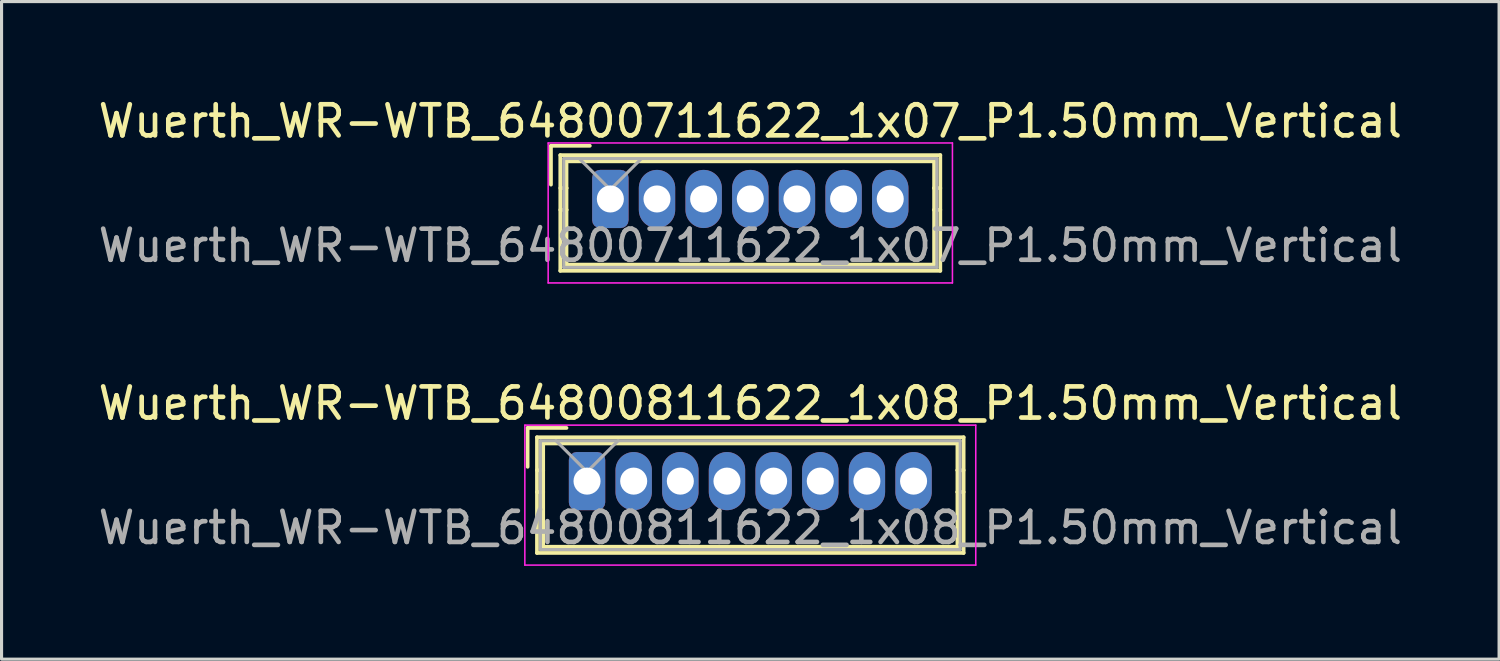
<source format=kicad_pcb>
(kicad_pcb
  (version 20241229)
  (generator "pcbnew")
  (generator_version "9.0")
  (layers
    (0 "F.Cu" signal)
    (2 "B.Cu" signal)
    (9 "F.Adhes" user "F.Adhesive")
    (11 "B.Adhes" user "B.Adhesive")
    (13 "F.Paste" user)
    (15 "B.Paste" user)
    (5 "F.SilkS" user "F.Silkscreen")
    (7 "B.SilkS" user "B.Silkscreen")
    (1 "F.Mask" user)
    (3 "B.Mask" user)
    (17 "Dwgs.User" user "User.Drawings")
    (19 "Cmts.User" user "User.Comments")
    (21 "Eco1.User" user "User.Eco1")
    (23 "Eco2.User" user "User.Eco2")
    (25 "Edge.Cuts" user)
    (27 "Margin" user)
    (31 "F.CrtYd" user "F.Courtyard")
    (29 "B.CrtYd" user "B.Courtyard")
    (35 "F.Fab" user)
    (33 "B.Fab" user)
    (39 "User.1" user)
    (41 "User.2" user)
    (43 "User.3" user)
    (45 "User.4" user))
  (footprint "Wuerth_WR-WTB_64800811622_1x08_P1.50mm_Vertical"
    (layer "F.Cu")
    (at 15.827 12.421)
    (property "Reference" "Wuerth_WR-WTB_64800811622_1x08_P1.50mm_Vertical" (at 5.25 -2.5 0) (layer "F.SilkS") (effects (font (size 1 1) (thickness 0.15))))
    (attr through_hole)
    (fp_line (start -1.91 -1.71) (end -1.91 -0.46) (stroke (width 0.12) (type solid)) (layer "F.SilkS"))
    (fp_line (start -1.61 -1.41) (end -1.61 2.31) (stroke (width 0.12) (type solid)) (layer "F.SilkS"))
    (fp_line (start -1.61 -0.35) (end -1.41 -0.35) (stroke (width 0.12) (type solid)) (layer "F.SilkS"))
    (fp_line (start -1.61 2.31) (end 12.11 2.31) (stroke (width 0.12) (type solid)) (layer "F.SilkS"))
    (fp_line (start -1.41 -1.21) (end 11.91 -1.21) (stroke (width 0.12) (type solid)) (layer "F.SilkS"))
    (fp_line (start -1.41 -0.35) (end -1.41 -1.21) (stroke (width 0.12) (type solid)) (layer "F.SilkS"))
    (fp_line (start -1.41 -0.35) (end -1.41 0.35) (stroke (width 0.12) (type solid)) (layer "F.SilkS"))
    (fp_line (start -1.41 0.35) (end -1.61 0.35) (stroke (width 0.12) (type solid)) (layer "F.SilkS"))
    (fp_line (start -1.41 0.35) (end -1.41 2.11) (stroke (width 0.12) (type solid)) (layer "F.SilkS"))
    (fp_line (start -1.41 2.11) (end 11.91 2.11) (stroke (width 0.12) (type solid)) (layer "F.SilkS"))
    (fp_line (start -0.66 -1.71) (end -1.91 -1.71) (stroke (width 0.12) (type solid)) (layer "F.SilkS"))
    (fp_line (start 11.91 -1.21) (end 11.91 -0.35) (stroke (width 0.12) (type solid)) (layer "F.SilkS"))
    (fp_line (start 11.91 -0.35) (end 11.91 0.35) (stroke (width 0.12) (type solid)) (layer "F.SilkS"))
    (fp_line (start 11.91 -0.35) (end 12.11 -0.35) (stroke (width 0.12) (type solid)) (layer "F.SilkS"))
    (fp_line (start 11.91 0.35) (end 12.11 0.35) (stroke (width 0.12) (type solid)) (layer "F.SilkS"))
    (fp_line (start 11.91 2.11) (end 11.91 0.35) (stroke (width 0.12) (type solid)) (layer "F.SilkS"))
    (fp_line (start 12.11 -1.41) (end -1.61 -1.41) (stroke (width 0.12) (type solid)) (layer "F.SilkS"))
    (fp_line (start 12.11 2.31) (end 12.11 -1.41) (stroke (width 0.12) (type solid)) (layer "F.SilkS"))
    (fp_line (start -2 -1.8) (end -2 2.7) (stroke (width 0.05) (type solid)) (layer "F.CrtYd"))
    (fp_line (start -2 2.7) (end 12.5 2.7) (stroke (width 0.05) (type solid)) (layer "F.CrtYd"))
    (fp_line (start 12.5 -1.8) (end -2 -1.8) (stroke (width 0.05) (type solid)) (layer "F.CrtYd"))
    (fp_line (start 12.5 2.7) (end 12.5 -1.8) (stroke (width 0.05) (type solid)) (layer "F.CrtYd"))
    (fp_line (start -1.5 -1.3) (end -1.5 2.2) (stroke (width 0.1) (type solid)) (layer "F.Fab"))
    (fp_line (start -1.5 2.2) (end 12 2.2) (stroke (width 0.1) (type solid)) (layer "F.Fab"))
    (fp_line (start -1 -1.3) (end 0 -0.3) (stroke (width 0.1) (type solid)) (layer "F.Fab"))
    (fp_line (start 0 -0.3) (end 1 -1.3) (stroke (width 0.1) (type solid)) (layer "F.Fab"))
    (fp_line (start 12 -1.3) (end -1.5 -1.3) (stroke (width 0.1) (type solid)) (layer "F.Fab"))
    (fp_line (start 12 2.2) (end 12 -1.3) (stroke (width 0.1) (type solid)) (layer "F.Fab"))
    (fp_text user "${REFERENCE}" (at 5.25 1.5 0) (layer "F.Fab") (effects (font (size 1 1) (thickness 0.15))))
    (pad "1" thru_hole roundrect (at 0 0) (size 1.17 1.87) (drill 0.87) (layers "*.Cu" "*.Mask") (roundrect_rratio 0.214))
    (pad "2" thru_hole oval (at 1.5 0) (size 1.17 1.87) (drill 0.87) (layers "*.Cu" "*.Mask"))
    (pad "3" thru_hole oval (at 3 0) (size 1.17 1.87) (drill 0.87) (layers "*.Cu" "*.Mask"))
    (pad "4" thru_hole oval (at 4.5 0) (size 1.17 1.87) (drill 0.87) (layers "*.Cu" "*.Mask"))
    (pad "5" thru_hole oval (at 6 0) (size 1.17 1.87) (drill 0.87) (layers "*.Cu" "*.Mask"))
    (pad "6" thru_hole oval (at 7.5 0) (size 1.17 1.87) (drill 0.87) (layers "*.Cu" "*.Mask"))
    (pad "7" thru_hole oval (at 9 0) (size 1.17 1.87) (drill 0.87) (layers "*.Cu" "*.Mask"))
    (pad "8" thru_hole oval (at 10.5 0) (size 1.17 1.87) (drill 0.87) (layers "*.Cu" "*.Mask")))
  (footprint "Wuerth_WR-WTB_64800711622_1x07_P1.50mm_Vertical"
    (layer "F.Cu")
    (at 16.577 3.348)
    (property "Reference" "Wuerth_WR-WTB_64800711622_1x07_P1.50mm_Vertical" (at 4.5 -2.5 0) (layer "F.SilkS") (effects (font (size 1 1) (thickness 0.15))))
    (attr through_hole)
    (fp_line (start -1.91 -1.71) (end -1.91 -0.46) (stroke (width 0.12) (type solid)) (layer "F.SilkS"))
    (fp_line (start -1.61 -1.41) (end -1.61 2.31) (stroke (width 0.12) (type solid)) (layer "F.SilkS"))
    (fp_line (start -1.61 -0.35) (end -1.41 -0.35) (stroke (width 0.12) (type solid)) (layer "F.SilkS"))
    (fp_line (start -1.61 2.31) (end 10.61 2.31) (stroke (width 0.12) (type solid)) (layer "F.SilkS"))
    (fp_line (start -1.41 -1.21) (end 10.41 -1.21) (stroke (width 0.12) (type solid)) (layer "F.SilkS"))
    (fp_line (start -1.41 -0.35) (end -1.41 -1.21) (stroke (width 0.12) (type solid)) (layer "F.SilkS"))
    (fp_line (start -1.41 -0.35) (end -1.41 0.35) (stroke (width 0.12) (type solid)) (layer "F.SilkS"))
    (fp_line (start -1.41 0.35) (end -1.61 0.35) (stroke (width 0.12) (type solid)) (layer "F.SilkS"))
    (fp_line (start -1.41 0.35) (end -1.41 2.11) (stroke (width 0.12) (type solid)) (layer "F.SilkS"))
    (fp_line (start -1.41 2.11) (end 10.41 2.11) (stroke (width 0.12) (type solid)) (layer "F.SilkS"))
    (fp_line (start -0.66 -1.71) (end -1.91 -1.71) (stroke (width 0.12) (type solid)) (layer "F.SilkS"))
    (fp_line (start 10.41 -1.21) (end 10.41 -0.35) (stroke (width 0.12) (type solid)) (layer "F.SilkS"))
    (fp_line (start 10.41 -0.35) (end 10.41 0.35) (stroke (width 0.12) (type solid)) (layer "F.SilkS"))
    (fp_line (start 10.41 -0.35) (end 10.61 -0.35) (stroke (width 0.12) (type solid)) (layer "F.SilkS"))
    (fp_line (start 10.41 0.35) (end 10.61 0.35) (stroke (width 0.12) (type solid)) (layer "F.SilkS"))
    (fp_line (start 10.41 2.11) (end 10.41 0.35) (stroke (width 0.12) (type solid)) (layer "F.SilkS"))
    (fp_line (start 10.61 -1.41) (end -1.61 -1.41) (stroke (width 0.12) (type solid)) (layer "F.SilkS"))
    (fp_line (start 10.61 2.31) (end 10.61 -1.41) (stroke (width 0.12) (type solid)) (layer "F.SilkS"))
    (fp_line (start -2 -1.8) (end -2 2.7) (stroke (width 0.05) (type solid)) (layer "F.CrtYd"))
    (fp_line (start -2 2.7) (end 11 2.7) (stroke (width 0.05) (type solid)) (layer "F.CrtYd"))
    (fp_line (start 11 -1.8) (end -2 -1.8) (stroke (width 0.05) (type solid)) (layer "F.CrtYd"))
    (fp_line (start 11 2.7) (end 11 -1.8) (stroke (width 0.05) (type solid)) (layer "F.CrtYd"))
    (fp_line (start -1.5 -1.3) (end -1.5 2.2) (stroke (width 0.1) (type solid)) (layer "F.Fab"))
    (fp_line (start -1.5 2.2) (end 10.5 2.2) (stroke (width 0.1) (type solid)) (layer "F.Fab"))
    (fp_line (start -1 -1.3) (end 0 -0.3) (stroke (width 0.1) (type solid)) (layer "F.Fab"))
    (fp_line (start 0 -0.3) (end 1 -1.3) (stroke (width 0.1) (type solid)) (layer "F.Fab"))
    (fp_line (start 10.5 -1.3) (end -1.5 -1.3) (stroke (width 0.1) (type solid)) (layer "F.Fab"))
    (fp_line (start 10.5 2.2) (end 10.5 -1.3) (stroke (width 0.1) (type solid)) (layer "F.Fab"))
    (fp_text user "${REFERENCE}" (at 4.5 1.5 0) (layer "F.Fab") (effects (font (size 1 1) (thickness 0.15))))
    (pad "1" thru_hole roundrect (at 0 0) (size 1.17 1.87) (drill 0.87) (layers "*.Cu" "*.Mask") (roundrect_rratio 0.214))
    (pad "2" thru_hole oval (at 1.5 0) (size 1.17 1.87) (drill 0.87) (layers "*.Cu" "*.Mask"))
    (pad "3" thru_hole oval (at 3 0) (size 1.17 1.87) (drill 0.87) (layers "*.Cu" "*.Mask"))
    (pad "4" thru_hole oval (at 4.5 0) (size 1.17 1.87) (drill 0.87) (layers "*.Cu" "*.Mask"))
    (pad "5" thru_hole oval (at 6 0) (size 1.17 1.87) (drill 0.87) (layers "*.Cu" "*.Mask"))
    (pad "6" thru_hole oval (at 7.5 0) (size 1.17 1.87) (drill 0.87) (layers "*.Cu" "*.Mask"))
    (pad "7" thru_hole oval (at 9 0) (size 1.17 1.87) (drill 0.87) (layers "*.Cu" "*.Mask")))
  (gr_rect
    (start -3 -3)
    (end 45.155 18.146)
    (stroke (width 0.1) (type default))
    (fill no)
    (layer "Edge.Cuts")))
</source>
